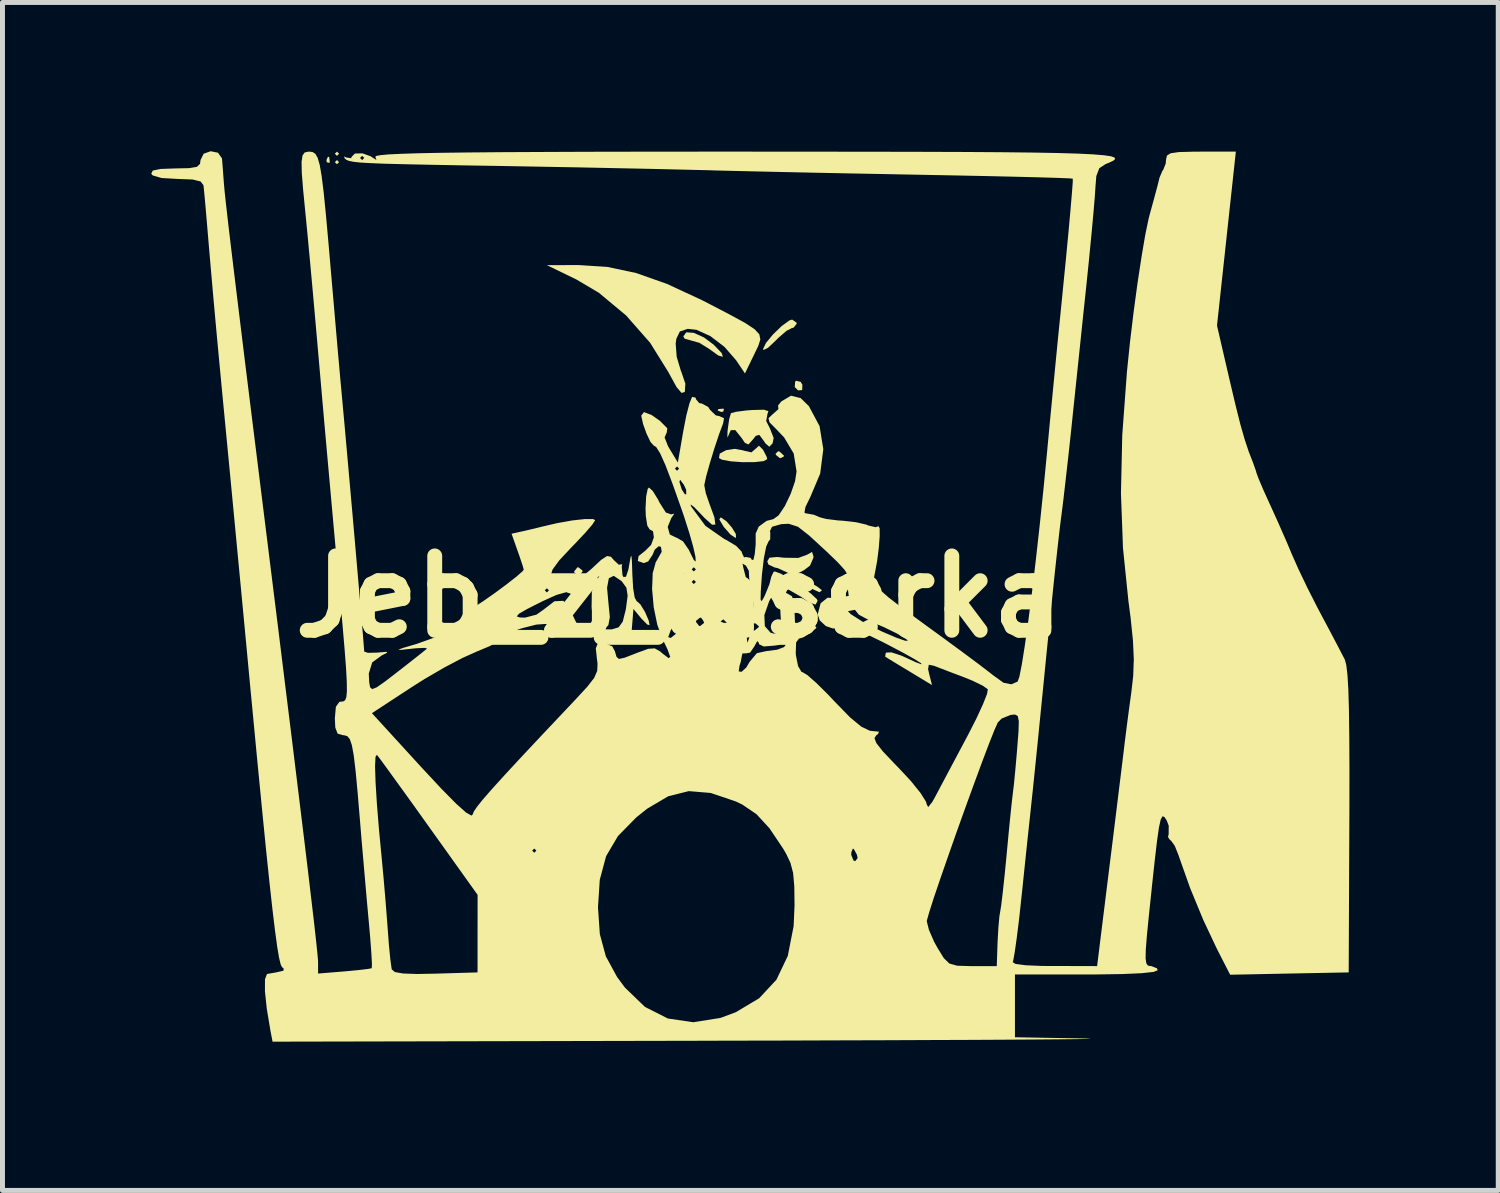
<source format=kicad_pcb>
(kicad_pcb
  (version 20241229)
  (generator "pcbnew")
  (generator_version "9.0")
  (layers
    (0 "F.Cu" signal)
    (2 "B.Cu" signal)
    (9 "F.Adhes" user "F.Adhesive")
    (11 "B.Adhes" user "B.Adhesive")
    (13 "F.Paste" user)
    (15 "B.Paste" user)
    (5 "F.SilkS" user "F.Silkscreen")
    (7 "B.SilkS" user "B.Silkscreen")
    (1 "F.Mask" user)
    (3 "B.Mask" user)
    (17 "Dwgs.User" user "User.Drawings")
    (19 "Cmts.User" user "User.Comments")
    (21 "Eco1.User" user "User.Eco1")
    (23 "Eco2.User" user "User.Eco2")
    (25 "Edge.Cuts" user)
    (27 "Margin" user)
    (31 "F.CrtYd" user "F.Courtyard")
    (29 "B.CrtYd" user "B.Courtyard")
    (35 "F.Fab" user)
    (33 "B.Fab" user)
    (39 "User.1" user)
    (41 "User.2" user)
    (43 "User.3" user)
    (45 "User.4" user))
  (footprint "Jeb_z_laserka"
    (layer "F.Cu")
    (at 10.646 8.983)
    (property "Reference" "Jeb_z_laserka" (at 0 0 0) (layer "F.SilkS") (effects (font (size 1.5 1.5) (thickness 0.3))))
    (attr board_only exclude_from_pos_files exclude_from_bom)
    (fp_poly (pts (xy -6.858 -8.932) (xy -6.9 -8.89) (xy -6.943 -8.932) (xy -6.9 -8.975)) (stroke (width 0) (type solid)) (fill yes) (layer "F.SilkS"))
    (fp_poly (pts (xy -6.858 -8.763) (xy -6.9 -8.721) (xy -6.943 -8.763) (xy -6.9 -8.805)) (stroke (width 0) (type solid)) (fill yes) (layer "F.SilkS"))
    (fp_poly (pts (xy -7.056 -8.862) (xy -7.045 -8.761) (xy -7.056 -8.749) (xy -7.106 -8.761) (xy -7.112 -8.805) (xy -7.081 -8.875)) (stroke (width 0) (type solid)) (fill yes) (layer "F.SilkS"))
    (fp_poly (pts (xy 0.903 -3.782) (xy 0.891 -3.731) (xy 0.847 -3.725) (xy 0.777 -3.756) (xy 0.79 -3.782) (xy 0.891 -3.792)) (stroke (width 0) (type solid)) (fill yes) (layer "F.SilkS"))
    (fp_poly (pts (xy 2.451 -4.332) (xy 2.486 -4.275) (xy 2.482 -4.166) (xy 2.399 -4.16) (xy 2.332 -4.227) (xy 2.34 -4.336) (xy 2.36 -4.354)) (stroke (width 0) (type solid)) (fill yes) (layer "F.SilkS"))
    (fp_poly (pts (xy -1.95 -0.528) (xy -1.947 -0.508) (xy -2.012 -0.426) (xy -2.032 -0.423) (xy -2.114 -0.488) (xy -2.117 -0.508) (xy -2.052 -0.59) (xy -2.032 -0.593)) (stroke (width 0) (type solid)) (fill yes) (layer "F.SilkS"))
    (fp_poly (pts (xy 2.032 -2.921) (xy 2.113 -2.845) (xy 2.117 -2.831) (xy 2.051 -2.795) (xy 2.032 -2.794) (xy 1.951 -2.859) (xy 1.947 -2.884) (xy 1.999 -2.934)) (stroke (width 0) (type solid)) (fill yes) (layer "F.SilkS"))
    (fp_poly (pts (xy 0.848 -1.594) (xy 0.956 -1.519) (xy 1.066 -1.392) (xy 1.143 -1.265) (xy 1.148 -1.192) (xy 1.132 -1.188) (xy 1.036 -1.252) (xy 0.904 -1.403) (xy 0.898 -1.411) (xy 0.811 -1.557) (xy 0.837 -1.597)) (stroke (width 0) (type solid)) (fill yes) (layer "F.SilkS"))
    (fp_poly (pts (xy 0.297 -5.32) (xy 0.501 -5.228) (xy 0.697 -5.082) (xy 0.858 -4.913) (xy 0.883 -4.836) (xy 0.788 -4.865) (xy 0.604 -4.998) (xy 0.409 -5.119) (xy 0.245 -5.165) (xy 0.112 -5.202) (xy 0.085 -5.249) (xy 0.145 -5.331)) (stroke (width 0) (type solid)) (fill yes) (layer "F.SilkS"))
    (fp_poly (pts (xy 2.367 -5.527) (xy 2.371 -5.503) (xy 2.305 -5.422) (xy 2.278 -5.419) (xy 2.166 -5.361) (xy 2 -5.218) (xy 1.939 -5.156) (xy 1.792 -5.018) (xy 1.704 -4.975) (xy 1.693 -4.993) (xy 1.752 -5.117) (xy 1.895 -5.29) (xy 2.069 -5.458) (xy 2.223 -5.57) (xy 2.279 -5.588)) (stroke (width 0) (type solid)) (fill yes) (layer "F.SilkS"))
    (fp_poly (pts (xy 1.692 -2.963) (xy 1.765 -2.822) (xy 1.777 -2.773) (xy 1.703 -2.733) (xy 1.518 -2.713) (xy 1.279 -2.712) (xy 1.042 -2.729) (xy 0.864 -2.762) (xy 0.804 -2.795) (xy 0.82 -2.885) (xy 0.946 -2.953) (xy 1.122 -2.981) (xy 1.289 -2.951) (xy 1.302 -2.945) (xy 1.458 -2.91) (xy 1.535 -2.976) (xy 1.611 -3.044)) (stroke (width 0) (type solid)) (fill yes) (layer "F.SilkS"))
    (fp_poly (pts (xy 2.709 -0.813) (xy 2.709 -0.785) (xy 2.639 -0.625) (xy 2.519 -0.534) (xy 2.403 -0.473) (xy 2.406 -0.421) (xy 2.543 -0.339) (xy 2.604 -0.307) (xy 2.784 -0.204) (xy 2.876 -0.133) (xy 2.879 -0.125) (xy 2.829 -0.089) (xy 2.673 -0.161) (xy 2.413 -0.339) (xy 2.185 -0.485) (xy 1.99 -0.575) (xy 1.926 -0.589) (xy 1.801 -0.648) (xy 1.778 -0.712) (xy 1.822 -0.786) (xy 1.978 -0.8) (xy 2.116 -0.785) (xy 2.404 -0.781) (xy 2.582 -0.846) (xy 2.681 -0.902)) (stroke (width 0) (type solid)) (fill yes) (layer "F.SilkS"))
    (fp_poly (pts (xy 1.801 -3.742) (xy 1.783 -3.689) (xy 1.756 -3.542) (xy 1.827 -3.403) (xy 1.907 -3.201) (xy 1.886 -3.093) (xy 1.819 -3.023) (xy 1.741 -3.091) (xy 1.707 -3.143) (xy 1.617 -3.263) (xy 1.546 -3.243) (xy 1.486 -3.167) (xy 1.398 -3.069) (xy 1.326 -3.103) (xy 1.26 -3.201) (xy 1.132 -3.36) (xy 1.041 -3.357) (xy 0.99 -3.239) (xy 0.973 -3.21) (xy 0.976 -3.325) (xy 0.981 -3.376) (xy 1.01 -3.58) (xy 1.044 -3.696) (xy 1.047 -3.7) (xy 1.147 -3.728) (xy 1.356 -3.755) (xy 1.476 -3.764) (xy 1.711 -3.77)) (stroke (width 0) (type solid)) (fill yes) (layer "F.SilkS"))
    (fp_poly (pts (xy -1.447 -6.65) (xy -0.868 -6.527) (xy -0.247 -6.308) (xy 0.453 -5.984) (xy 0.593 -5.912) (xy 1.027 -5.686) (xy 1.331 -5.52) (xy 1.521 -5.395) (xy 1.618 -5.29) (xy 1.638 -5.186) (xy 1.599 -5.062) (xy 1.52 -4.898) (xy 1.514 -4.885) (xy 1.328 -4.502) (xy 1.149 -4.768) (xy 0.914 -5.038) (xy 0.631 -5.254) (xy 0.35 -5.382) (xy 0.172 -5.401) (xy 0.015 -5.348) (xy -0.055 -5.204) (xy -0.069 -5.104) (xy -0.049 -4.838) (xy 0.034 -4.559) (xy 0.044 -4.537) (xy 0.126 -4.295) (xy 0.115 -4.13) (xy 0.113 -4.127) (xy 0.049 -4.109) (xy -0.051 -4.226) (xy -0.196 -4.49) (xy -0.212 -4.521) (xy -0.584 -5.119) (xy -1.067 -5.669) (xy -1.618 -6.128) (xy -2.065 -6.393) (xy -2.667 -6.686) (xy -2.02 -6.687)) (stroke (width 0) (type solid)) (fill yes) (layer "F.SilkS"))
    (fp_poly (pts (xy -9.3 -8.953) (xy -9.219 -8.839) (xy -9.218 -8.827) (xy -9.204 -8.647) (xy -9.185 -8.394) (xy -9.181 -8.34) (xy -9.166 -8.173) (xy -9.136 -7.896) (xy -9.091 -7.501) (xy -9.029 -6.982) (xy -8.95 -6.329) (xy -8.853 -5.537) (xy -8.738 -4.599) (xy -8.602 -3.505) (xy -8.466 -2.413) (xy -8.268 -0.823) (xy -8.09 0.605) (xy -7.933 1.877) (xy -7.794 2.999) (xy -7.674 3.979) (xy -7.571 4.82) (xy -7.485 5.531) (xy -7.416 6.116) (xy -7.361 6.583) (xy -7.322 6.936) (xy -7.296 7.183) (xy -7.283 7.329) (xy -7.281 7.368) (xy -7.281 7.601) (xy -6.752 7.558) (xy -6.473 7.532) (xy -6.272 7.508) (xy -6.198 7.493) (xy -6.195 7.405) (xy -6.207 7.184) (xy -6.231 6.865) (xy -6.259 6.551) (xy -6.302 6.078) (xy -6.351 5.515) (xy -6.401 4.94) (xy -6.435 4.53) (xy -6.484 3.946) (xy -6.525 3.51) (xy -6.536 3.42) (xy -6.132 3.42) (xy -6.122 3.742) (xy -6.095 4.177) (xy -6.052 4.707) (xy -6.008 5.165) (xy -5.964 5.632) (xy -5.92 6.144) (xy -5.884 6.606) (xy -5.878 6.689) (xy -5.852 7.031) (xy -5.824 7.314) (xy -5.8 7.491) (xy -5.794 7.518) (xy -5.732 7.571) (xy -5.569 7.6) (xy -5.282 7.61) (xy -4.912 7.603) (xy -4.065 7.578) (xy -4.065 6.796) (xy -4.064 6.265) (xy -1.636 6.265) (xy -1.599 6.806) (xy -1.478 7.253) (xy -1.252 7.669) (xy -1.093 7.884) (xy -0.689 8.274) (xy -0.226 8.508) (xy 0.285 8.583) (xy 0.834 8.496) (xy 1.143 8.381) (xy 1.615 8.099) (xy 1.963 7.725) (xy 2.192 7.245) (xy 2.309 6.648) (xy 2.314 6.547) (xy 4.995 6.547) (xy 5.037 6.717) (xy 5.142 6.958) (xy 5.211 7.083) (xy 5.338 7.29) (xy 5.451 7.399) (xy 5.607 7.443) (xy 5.864 7.451) (xy 5.916 7.451) (xy 6.406 7.451) (xy 6.423 6.964) (xy 6.439 6.674) (xy 6.46 6.443) (xy 6.476 6.35) (xy 6.497 6.219) (xy 6.528 5.958) (xy 6.566 5.605) (xy 6.605 5.207) (xy 6.644 4.79) (xy 6.681 4.417) (xy 6.711 4.131) (xy 6.729 3.979) (xy 6.751 3.797) (xy 6.78 3.502) (xy 6.811 3.15) (xy 6.818 3.062) (xy 6.845 2.718) (xy 6.851 2.511) (xy 6.83 2.408) (xy 6.775 2.377) (xy 6.686 2.385) (xy 6.504 2.459) (xy 6.426 2.54) (xy 6.359 2.691) (xy 6.25 2.966) (xy 6.109 3.338) (xy 5.946 3.78) (xy 5.77 4.264) (xy 5.591 4.763) (xy 5.42 5.25) (xy 5.265 5.696) (xy 5.136 6.076) (xy 5.045 6.361) (xy 4.999 6.524) (xy 4.995 6.547) (xy 2.314 6.547) (xy 2.328 6.223) (xy 2.323 5.84) (xy 2.299 5.573) (xy 2.246 5.37) (xy 2.169 5.207) (xy 3.471 5.207) (xy 3.516 5.32) (xy 3.553 5.334) (xy 3.6 5.272) (xy 3.587 5.207) (xy 3.527 5.096) (xy 3.505 5.08) (xy 3.475 5.149) (xy 3.471 5.207) (xy 2.169 5.207) (xy 2.154 5.177) (xy 2.097 5.08) (xy 1.822 4.671) (xy 1.56 4.387) (xy 1.273 4.192) (xy 1.143 4.13) (xy 0.637 3.959) (xy 0.195 3.922) (xy -0.22 4.026) (xy -0.645 4.277) (xy -0.867 4.455) (xy -1.233 4.828) (xy -1.472 5.233) (xy -1.6 5.709) (xy -1.636 6.265) (xy -4.064 6.265) (xy -4.064 6.014) (xy -4.701 5.122) (xy -2.963 5.122) (xy -2.921 5.165) (xy -2.879 5.122) (xy -2.921 5.08) (xy -2.963 5.122) (xy -4.701 5.122) (xy -5.048 4.637) (xy -5.351 4.212) (xy -5.624 3.834) (xy -5.848 3.524) (xy -6.009 3.303) (xy -6.09 3.196) (xy -6.095 3.19) (xy -6.123 3.23) (xy -6.132 3.42) (xy -6.536 3.42) (xy -6.562 3.2) (xy -6.6 2.994) (xy -6.642 2.873) (xy -6.692 2.813) (xy -6.756 2.795) (xy -6.781 2.794) (xy -6.887 2.763) (xy -6.934 2.64) (xy -6.943 2.455) (xy -6.922 2.22) (xy -6.852 2.123) (xy -6.816 2.117) (xy -6.77 2.112) (xy -6.735 2.088) (xy -6.711 2.026) (xy -6.7 1.91) (xy -6.702 1.722) (xy -6.717 1.446) (xy -6.746 1.065) (xy -6.789 0.562) (xy -6.846 -0.081) (xy -6.897 -0.639) (xy -6.965 -1.391) (xy -7.04 -2.223) (xy -7.117 -3.079) (xy -7.19 -3.902) (xy -7.254 -4.637) (xy -7.278 -4.911) (xy -7.333 -5.533) (xy -7.388 -6.154) (xy -7.441 -6.734) (xy -7.488 -7.236) (xy -7.525 -7.622) (xy -7.536 -7.729) (xy -7.583 -8.211) (xy -7.61 -8.55) (xy -7.614 -8.771) (xy -7.595 -8.898) (xy -7.551 -8.958) (xy -7.48 -8.974) (xy -7.46 -8.975) (xy -7.392 -8.967) (xy -7.336 -8.931) (xy -7.289 -8.849) (xy -7.247 -8.703) (xy -7.208 -8.473) (xy -7.167 -8.142) (xy -7.122 -7.691) (xy -7.069 -7.102) (xy -7.028 -6.626) (xy -6.977 -6.041) (xy -6.929 -5.484) (xy -6.886 -4.988) (xy -6.85 -4.584) (xy -6.825 -4.304) (xy -6.818 -4.233) (xy -6.784 -3.861) (xy -6.741 -3.393) (xy -6.693 -2.853) (xy -6.641 -2.267) (xy -6.587 -1.66) (xy -6.534 -1.056) (xy -6.484 -0.48) (xy -6.439 0.043) (xy -6.401 0.488) (xy -6.372 0.831) (xy -6.355 1.047) (xy -6.351 1.107) (xy -6.277 1.133) (xy -6.097 1.129) (xy -6.075 1.127) (xy -5.903 1.113) (xy -5.886 1.131) (xy -5.992 1.182) (xy -6.189 1.326) (xy -6.259 1.552) (xy -6.25 1.725) (xy -6.232 1.827) (xy -6.191 1.865) (xy -6.099 1.829) (xy -5.927 1.709) (xy -5.673 1.513) (xy -5.414 1.311) (xy -5.21 1.15) (xy -5.095 1.057) (xy -5.083 1.046) (xy -5.134 1.033) (xy -5.306 1.041) (xy -5.422 1.053) (xy -5.61 1.074) (xy -5.663 1.07) (xy -5.571 1.035) (xy -5.326 0.963) (xy -5.287 0.951) (xy -4.923 0.821) (xy -4.862 0.79) (xy -3.866 0.79) (xy -3.855 0.841) (xy -3.81 0.847) (xy -3.74 0.816) (xy -3.754 0.79) (xy -3.854 0.78) (xy -3.866 0.79) (xy -4.862 0.79) (xy -4.617 0.664) (xy -4.404 0.502) (xy -4.343 0.398) (xy -3.275 0.398) (xy -3.21 0.42) (xy -3.108 0.423) (xy -2.877 0.363) (xy -2.734 0.262) (xy -2.515 0.093) (xy -2.335 0.084) (xy -2.204 0.232) (xy -2.173 0.317) (xy -2.074 0.524) (xy -1.928 0.592) (xy -1.913 0.593) (xy -1.805 0.574) (xy -1.759 0.49) (xy -1.759 0.296) (xy -1.765 0.207) (xy -1.76 -0.103) (xy -1.675 -0.319) (xy -1.641 -0.365) (xy -1.607 -0.418) (xy -1.681 -0.365) (xy -1.805 -0.255) (xy -2.027 -0.076) (xy -2.157 -0.036) (xy -2.185 -0.058) (xy -2.276 -0.09) (xy -2.472 -0.035) (xy -2.741 0.086) (xy -3.055 0.244) (xy -3.228 0.343) (xy -3.275 0.398) (xy -4.343 0.398) (xy -4.318 0.355) (xy -4.318 0.348) (xy -4.254 0.258) (xy -4.227 0.254) (xy -4.131 0.208) (xy -3.947 0.089) (xy -3.716 -0.073) (xy -3.643 -0.127) (xy -2.709 -0.127) (xy -2.667 -0.085) (xy -2.625 -0.127) (xy -2.667 -0.169) (xy -2.709 -0.127) (xy -3.643 -0.127) (xy -3.48 -0.248) (xy -3.279 -0.405) (xy -3.154 -0.515) (xy -3.133 -0.545) (xy -3.158 -0.633) (xy -3.222 -0.825) (xy -3.256 -0.92) (xy -3.379 -1.269) (xy -3.15 -1.32) (xy -2.924 -1.372) (xy -2.78 -1.408) (xy -2.463 -1.482) (xy -2.155 -1.537) (xy -1.897 -1.565) (xy -1.731 -1.564) (xy -1.693 -1.542) (xy -1.749 -1.455) (xy -1.897 -1.283) (xy -2.108 -1.059) (xy -2.167 -0.999) (xy -2.417 -0.732) (xy -2.554 -0.544) (xy -2.595 -0.407) (xy -2.586 -0.352) (xy -2.476 -0.219) (xy -2.285 -0.216) (xy -2.034 -0.339) (xy -1.769 -0.558) (xy -1.572 -0.742) (xy -1.454 -0.819) (xy -1.377 -0.806) (xy -1.315 -0.736) (xy -1.215 -0.643) (xy -1.165 -0.652) (xy -1.148 -0.652) (xy -1.157 -0.606) (xy -1.142 -0.434) (xy -1.122 -0.395) (xy -1.071 -0.402) (xy -1.022 -0.55) (xy -1.007 -0.635) (xy -0.979 -0.797) (xy -0.962 -0.824) (xy -0.951 -0.704) (xy -0.943 -0.445) (xy -0.927 -0.17) (xy -0.895 0.021) (xy -0.86 0.085) (xy -0.783 0.153) (xy -0.688 0.308) (xy -0.614 0.48) (xy -0.595 0.575) (xy -0.643 0.562) (xy -0.754 0.448) (xy -0.76 0.442) (xy -0.921 0.248) (xy -0.947 0.569) (xy -0.974 0.889) (xy -1.397 0.861) (xy -1.686 0.82) (xy -1.931 0.751) (xy -2.006 0.714) (xy -2.146 0.66) (xy -1.483 0.66) (xy -1.355 0.66) (xy -1.219 0.618) (xy -1.137 0.504) (xy -1.078 0.271) (xy -1.072 0.241) (xy -1.038 -0.019) (xy -1.063 -0.181) (xy -1.156 -0.309) (xy -1.161 -0.314) (xy -1.318 -0.42) (xy -1.417 -0.372) (xy -1.453 -0.179) (xy -1.426 0.121) (xy -1.397 0.413) (xy -1.427 0.575) (xy -1.463 0.614) (xy -1.483 0.66) (xy -2.146 0.66) (xy -2.196 0.641) (xy -2.325 0.645) (xy -2.498 0.64) (xy -2.576 0.598) (xy -2.692 0.55) (xy -2.881 0.564) (xy -3.169 0.637) (xy -3.414 0.721) (xy -3.569 0.798) (xy -3.601 0.843) (xy -3.651 0.905) (xy -3.824 1) (xy -4.071 1.103) (xy -4.362 1.233) (xy -4.735 1.429) (xy -5.135 1.662) (xy -5.39 1.823) (xy -6.195 2.35) (xy -5.193 3.446) (xy -4.795 3.873) (xy -4.498 4.174) (xy -4.298 4.353) (xy -4.189 4.415) (xy -4.165 4.396) (xy -4.141 4.335) (xy -4.077 4.24) (xy -3.964 4.098) (xy -3.79 3.898) (xy -3.545 3.627) (xy -3.218 3.273) (xy -2.798 2.825) (xy -2.275 2.271) (xy -2.089 2.074) (xy -1.852 1.817) (xy -1.713 1.639) (xy -1.656 1.507) (xy 1.202 1.507) (xy 1.26 1.516) (xy 1.354 1.43) (xy 1.424 1.312) (xy 1.568 1.14) (xy 1.755 1.099) (xy 1.978 1.07) (xy 2.117 1.017) (xy 2.149 0.972) (xy 2.024 0.973) (xy 1.926 0.987) (xy 1.706 1.005) (xy 1.613 0.96) (xy 1.603 0.921) (xy 1.575 0.898) (xy 1.519 1) (xy 1.432 1.129) (xy 1.355 1.143) (xy 1.277 1.146) (xy 1.27 1.173) (xy 1.242 1.32) (xy 1.219 1.39) (xy 1.202 1.507) (xy -1.656 1.507) (xy -1.651 1.498) (xy -1.645 1.353) (xy -1.658 1.249) (xy -1.68 1.041) (xy -1.644 0.951) (xy -1.529 0.931) (xy -1.524 0.931) (xy -1.349 1.001) (xy -1.295 1.101) (xy -1.263 1.213) (xy -1.214 1.256) (xy -1.103 1.233) (xy -0.884 1.148) (xy -0.845 1.133) (xy -0.624 1.052) (xy -0.491 1.043) (xy -0.381 1.106) (xy -0.336 1.146) (xy -0.212 1.24) (xy -0.179 1.215) (xy -0.235 1.06) (xy -0.332 0.859) (xy -0.348 0.818) (xy -0.22 0.818) (xy -0.167 0.832) (xy -0.036 0.726) (xy 0.075 0.58) (xy 0.042 0.512) (xy 0.003 0.508) (xy 0.339 0.508) (xy 0.403 0.59) (xy 0.423 0.593) (xy 0.506 0.528) (xy 0.507 0.52) (xy 0.828 0.52) (xy 0.86 0.646) (xy 0.983 0.735) (xy 1.131 0.781) (xy 1.185 0.754) (xy 1.227 0.676) (xy 1.308 0.704) (xy 1.363 0.811) (xy 1.364 0.825) (xy 1.376 0.93) (xy 1.401 0.87) (xy 1.413 0.825) (xy 1.483 0.7) (xy 1.53 0.677) (xy 1.607 0.613) (xy 1.609 0.598) (xy 1.542 0.54) (xy 1.393 0.535) (xy 1.238 0.576) (xy 1.168 0.631) (xy 1.079 0.647) (xy 0.991 0.559) (xy 0.894 0.458) (xy 0.837 0.498) (xy 0.828 0.52) (xy 0.507 0.52) (xy 0.508 0.508) (xy 0.444 0.426) (xy 0.423 0.423) (xy 0.341 0.488) (xy 0.339 0.508) (xy 0.003 0.508) (xy -0.097 0.574) (xy -0.169 0.677) (xy -0.22 0.818) (xy -0.348 0.818) (xy -0.44 0.566) (xy -0.513 0.21) (xy -0.516 0.169) (xy 1.439 0.169) (xy 1.47 0.239) (xy 1.496 0.226) (xy 1.506 0.125) (xy 1.496 0.113) (xy 1.445 0.125) (xy 1.439 0.169) (xy -0.516 0.169) (xy -0.526 0.056) (xy 1.643 0.056) (xy 1.662 0.093) (xy 1.707 0.022) (xy 1.737 -0.042) (xy 1.821 -0.25) (xy 1.859 -0.4) (xy 1.859 -0.402) (xy 1.906 -0.501) (xy 1.931 -0.508) (xy 2.053 -0.463) (xy 2.248 -0.351) (xy 2.467 -0.206) (xy 2.66 -0.06) (xy 2.778 0.051) (xy 2.794 0.083) (xy 2.752 0.161) (xy 2.618 0.115) (xy 2.455 -0.000001) (xy 2.204 -0.144) (xy 2.006 -0.131) (xy 1.844 0.042) (xy 1.817 0.09) (xy 1.719 0.371) (xy 1.729 0.595) (xy 1.843 0.726) (xy 1.905 0.744) (xy 2.003 0.742) (xy 2.049 0.672) (xy 2.054 0.495) (xy 2.044 0.334) (xy 2.034 0.08) (xy 2.055 -0.044) (xy 2.12 -0.076) (xy 2.171 -0.07) (xy 2.278 -0.007) (xy 2.323 0.155) (xy 2.328 0.302) (xy 2.337 0.518) (xy 2.386 0.609) (xy 2.512 0.62) (xy 2.582 0.612) (xy 2.751 0.599) (xy 2.77 0.629) (xy 2.672 0.715) (xy 2.511 0.817) (xy 2.416 0.847) (xy 2.36 0.923) (xy 2.352 1.132) (xy 2.356 1.185) (xy 2.399 1.4) (xy 2.467 1.516) (xy 2.49 1.524) (xy 2.588 1.583) (xy 2.768 1.741) (xy 2.999 1.97) (xy 3.137 2.116) (xy 3.444 2.431) (xy 3.674 2.622) (xy 3.845 2.704) (xy 3.895 2.71) (xy 4.03 2.723) (xy 4.013 2.77) (xy 3.979 2.793) (xy 3.94 2.852) (xy 3.977 2.952) (xy 4.106 3.117) (xy 4.342 3.366) (xy 4.424 3.45) (xy 4.673 3.717) (xy 4.867 3.957) (xy 4.979 4.135) (xy 4.995 4.192) (xy 5.024 4.244) (xy 5.108 4.137) (xy 5.173 4.02) (xy 5.286 3.806) (xy 5.454 3.49) (xy 5.652 3.117) (xy 5.813 2.815) (xy 5.991 2.467) (xy 6.128 2.171) (xy 6.211 1.96) (xy 6.226 1.868) (xy 6.125 1.796) (xy 5.917 1.695) (xy 5.735 1.621) (xy 5.459 1.517) (xy 5.23 1.429) (xy 5.139 1.394) (xy 5.036 1.373) (xy 5.021 1.459) (xy 5.043 1.558) (xy 5.1 1.783) (xy 4.645 1.508) (xy 4.403 1.362) (xy 4.225 1.253) (xy 4.156 1.21) (xy 4.166 1.141) (xy 4.178 1.128) (xy 4.283 1.124) (xy 4.474 1.186) (xy 4.534 1.212) (xy 4.781 1.326) (xy 4.892 1.366) (xy 4.879 1.342) (xy 4.753 1.263) (xy 4.529 1.137) (xy 4.216 0.972) (xy 4.116 0.92) (xy 3.706 0.721) (xy 3.427 0.606) (xy 3.266 0.573) (xy 3.216 0.595) (xy 3.107 0.644) (xy 2.959 0.593) (xy 2.835 0.477) (xy 2.795 0.357) (xy 2.854 0.134) (xy 2.994 0.021) (xy 3.164 0.03) (xy 3.314 0.173) (xy 3.338 0.222) (xy 3.462 0.353) (xy 3.721 0.518) (xy 4.088 0.702) (xy 4.1 0.707) (xy 4.375 0.825) (xy 4.554 0.888) (xy 4.615 0.891) (xy 4.587 0.862) (xy 4.393 0.743) (xy 4.118 0.609) (xy 3.964 0.546) (xy 3.624 0.363) (xy 3.503 0.212) (xy 3.556 0.212) (xy 3.598 0.254) (xy 3.641 0.212) (xy 3.598 0.169) (xy 3.556 0.212) (xy 3.503 0.212) (xy 3.44 0.132) (xy 3.402 -0.162) (xy 3.415 -0.25) (xy 3.426 -0.344) (xy 3.406 -0.433) (xy 3.337 -0.541) (xy 3.201 -0.691) (xy 2.978 -0.906) (xy 2.649 -1.209) (xy 2.617 -1.238) (xy 2.398 -1.409) (xy 2.21 -1.47) (xy 2.059 -1.462) (xy 1.873 -1.409) (xy 1.831 -1.319) (xy 1.839 -1.295) (xy 1.837 -1.155) (xy 1.803 -1.113) (xy 1.756 -1.008) (xy 1.71 -0.779) (xy 1.674 -0.474) (xy 1.669 -0.423) (xy 1.647 -0.109) (xy 1.643 0.056) (xy -0.526 0.056) (xy -0.545 -0.154) (xy -0.539 -0.296) (xy 0.254 -0.296) (xy 0.296 -0.254) (xy 0.339 -0.296) (xy 0.296 -0.339) (xy 0.254 -0.296) (xy -0.539 -0.296) (xy -0.533 -0.466) (xy -0.000001 -0.466) (xy 0.042 -0.423) (xy 0.085 -0.466) (xy 0.042 -0.508) (xy -0.000001 -0.466) (xy -0.533 -0.466) (xy -0.533 -0.474) (xy -0.511 -0.55) (xy 0.254 -0.55) (xy 0.296 -0.508) (xy 0.339 -0.55) (xy 0.296 -0.593) (xy 0.254 -0.55) (xy -0.511 -0.55) (xy -0.479 -0.667) (xy 1.279 -0.667) (xy 1.297 -0.574) (xy 1.3 -0.565) (xy 1.354 -0.355) (xy 1.366 -0.268) (xy 1.386 -0.229) (xy 1.416 -0.327) (xy 1.406 -0.521) (xy 1.349 -0.624) (xy 1.279 -0.667) (xy -0.479 -0.667) (xy -0.472 -0.694) (xy -0.458 -0.716) (xy -0.351 -0.905) (xy -0.366 -1.005) (xy -0.413 -1.016) (xy -0.493 -0.946) (xy -0.533 -0.847) (xy -0.625 -0.709) (xy -0.712 -0.677) (xy -0.832 -0.719) (xy -0.818 -0.817) (xy -0.677 -0.931) (xy -0.564 -1.045) (xy -0.509 -1.196) (xy -0.526 -1.319) (xy -0.593 -1.355) (xy -0.641 -1.431) (xy -0.672 -1.626) (xy -0.677 -1.778) (xy -0.665 -2.02) (xy -0.633 -2.173) (xy -0.608 -2.201) (xy -0.532 -2.132) (xy -0.426 -1.961) (xy -0.396 -1.9) (xy -0.268 -1.697) (xy -0.157 -1.658) (xy -0.147 -1.663) (xy -0.097 -1.673) (xy -0.158 -1.584) (xy -0.23 -1.406) (xy -0.187 -1.253) (xy -0.046 -1.185) (xy -0.041 -1.185) (xy 0.079 -1.115) (xy 0.198 -0.941) (xy 0.212 -0.91) (xy 0.297 -0.738) (xy 0.335 -0.708) (xy 0.33 -0.801) (xy 0.286 -1) (xy 0.206 -1.283) (xy 0.094 -1.634) (xy 0.052 -1.755) (xy -0.132 -2.275) (xy -0.147 -2.314) (xy 0.006 -2.314) (xy 0.053 -2.162) (xy 0.116 -2.065) (xy 0.145 -2.064) (xy 0.141 -2.159) (xy 0.095 -2.258) (xy 0.02 -2.358) (xy 0.006 -2.314) (xy -0.147 -2.314) (xy -0.249 -2.582) (xy -0.085 -2.582) (xy -0.042 -2.54) (xy -0.000001 -2.582) (xy -0.042 -2.625) (xy -0.085 -2.582) (xy -0.249 -2.582) (xy -0.274 -2.648) (xy -0.382 -2.89) (xy -0.463 -3.018) (xy -0.513 -3.048) (xy -0.576 -3.118) (xy -0.656 -3.285) (xy -0.727 -3.482) (xy -0.762 -3.641) (xy -0.762 -3.653) (xy -0.709 -3.722) (xy -0.554 -3.663) (xy -0.385 -3.544) (xy -0.238 -3.395) (xy -0.25 -3.305) (xy -0.253 -3.303) (xy -0.293 -3.21) (xy -0.222 -3.031) (xy -0.188 -2.974) (xy -0.025 -2.705) (xy 0.085 -3.345) (xy 0.146 -3.656) (xy 0.208 -3.896) (xy 0.259 -4.022) (xy 0.266 -4.029) (xy 0.335 -4.012) (xy 0.339 -3.984) (xy 0.406 -3.903) (xy 0.457 -3.895) (xy 0.587 -3.826) (xy 0.623 -3.768) (xy 0.74 -3.656) (xy 0.811 -3.641) (xy 0.906 -3.598) (xy 0.887 -3.493) (xy 0.805 -3.273) (xy 0.71 -2.987) (xy 0.619 -2.688) (xy 0.546 -2.428) (xy 0.51 -2.262) (xy 0.508 -2.242) (xy 0.539 -2.084) (xy 0.606 -1.889) (xy 0.712 -1.599) (xy 0.731 -1.453) (xy 0.664 -1.451) (xy 0.509 -1.591) (xy 0.453 -1.651) (xy 0.305 -1.805) (xy 0.231 -1.86) (xy 0.241 -1.82) (xy 0.53 -1.429) (xy 0.912 -1.162) (xy 0.952 -1.143) (xy 1.151 -1.024) (xy 1.262 -0.906) (xy 1.27 -0.874) (xy 1.31 -0.792) (xy 1.347 -0.8) (xy 1.442 -0.782) (xy 1.468 -0.741) (xy 1.499 -0.743) (xy 1.526 -0.863) (xy 1.544 -1.054) (xy 1.544 -1.265) (xy 1.543 -1.27) (xy 1.606 -1.412) (xy 1.764 -1.528) (xy 1.902 -1.564) (xy 2.007 -1.64) (xy 2.132 -1.826) (xy 2.25 -2.073) (xy 2.338 -2.327) (xy 2.369 -2.524) (xy 2.311 -2.887) (xy 2.118 -3.211) (xy 1.961 -3.376) (xy 1.823 -3.516) (xy 1.803 -3.599) (xy 1.889 -3.681) (xy 1.905 -3.694) (xy 2.003 -3.782) (xy 2 -3.81) (xy 1.997 -3.858) (xy 2.062 -3.937) (xy 2.257 -4.053) (xy 2.452 -4.004) (xy 2.618 -3.841) (xy 2.833 -3.438) (xy 2.908 -2.973) (xy 2.845 -2.481) (xy 2.642 -2) (xy 2.64 -1.997) (xy 2.548 -1.809) (xy 2.528 -1.696) (xy 2.543 -1.683) (xy 2.721 -1.651) (xy 2.836 -1.601) (xy 2.967 -1.567) (xy 3.197 -1.538) (xy 3.301 -1.531) (xy 3.566 -1.501) (xy 3.774 -1.453) (xy 3.819 -1.434) (xy 3.965 -1.4) (xy 4.02 -1.421) (xy 4.044 -1.381) (xy 4.045 -1.22) (xy 4.027 -0.982) (xy 3.993 -0.715) (xy 3.946 -0.462) (xy 3.937 -0.423) (xy 3.929 -0.336) (xy 3.961 -0.246) (xy 4.052 -0.136) (xy 4.221 0.013) (xy 4.486 0.218) (xy 4.866 0.497) (xy 4.997 0.593) (xy 5.393 0.881) (xy 5.756 1.148) (xy 6.058 1.373) (xy 6.268 1.534) (xy 6.335 1.587) (xy 6.544 1.737) (xy 6.699 1.768) (xy 6.827 1.713) (xy 6.863 1.614) (xy 6.912 1.365) (xy 6.972 0.988) (xy 7.041 0.501) (xy 7.115 -0.075) (xy 7.192 -0.722) (xy 7.27 -1.419) (xy 7.346 -2.146) (xy 7.418 -2.885) (xy 7.445 -3.175) (xy 7.478 -3.528) (xy 7.525 -4.013) (xy 7.581 -4.592) (xy 7.643 -5.227) (xy 7.709 -5.882) (xy 7.746 -6.256) (xy 7.804 -6.84) (xy 7.854 -7.365) (xy 7.894 -7.809) (xy 7.923 -8.149) (xy 7.939 -8.364) (xy 7.939 -8.43) (xy 7.852 -8.437) (xy 7.615 -8.446) (xy 7.249 -8.457) (xy 6.772 -8.469) (xy 6.204 -8.482) (xy 5.565 -8.495) (xy 5.037 -8.505) (xy 4.265 -8.52) (xy 3.467 -8.535) (xy 2.679 -8.551) (xy 1.939 -8.567) (xy 1.283 -8.582) (xy 0.746 -8.595) (xy 0.593 -8.6) (xy 0.082 -8.612) (xy -0.557 -8.627) (xy -1.284 -8.642) (xy -2.057 -8.658) (xy -2.835 -8.672) (xy -3.556 -8.685) (xy -4.362 -8.698) (xy -5.015 -8.71) (xy -5.532 -8.721) (xy -5.929 -8.731) (xy -6.224 -8.743) (xy -6.433 -8.755) (xy -6.573 -8.771) (xy -6.66 -8.789) (xy -6.712 -8.811) (xy -6.743 -8.838) (xy -6.746 -8.841) (xy -6.756 -8.878) (xy -6.71 -8.856) (xy -6.617 -8.843) (xy -6.614 -8.848) (xy -6.435 -8.848) (xy -6.392 -8.805) (xy -6.35 -8.848) (xy -6.392 -8.89) (xy -6.435 -8.848) (xy -6.614 -8.848) (xy -6.604 -8.871) (xy -6.538 -8.937) (xy -6.386 -8.94) (xy -6.22 -8.881) (xy -6.186 -8.857) (xy -6.103 -8.806) (xy -6.127 -8.869) (xy -6.108 -8.888) (xy -6.021 -8.904) (xy -5.858 -8.919) (xy -5.609 -8.931) (xy -5.266 -8.942) (xy -4.821 -8.951) (xy -4.264 -8.958) (xy -3.586 -8.964) (xy -2.78 -8.968) (xy -1.836 -8.972) (xy -0.746 -8.974) (xy 0.5 -8.975) (xy 1.355 -8.975) (xy 2.688 -8.974) (xy 3.86 -8.973) (xy 4.882 -8.971) (xy 5.762 -8.968) (xy 6.509 -8.963) (xy 7.132 -8.956) (xy 7.64 -8.947) (xy 8.043 -8.935) (xy 8.349 -8.92) (xy 8.569 -8.902) (xy 8.71 -8.881) (xy 8.782 -8.855) (xy 8.794 -8.826) (xy 8.755 -8.792) (xy 8.674 -8.753) (xy 8.6 -8.723) (xy 8.474 -8.64) (xy 8.414 -8.482) (xy 8.398 -8.284) (xy 8.385 -8.084) (xy 8.357 -7.75) (xy 8.317 -7.315) (xy 8.268 -6.812) (xy 8.213 -6.275) (xy 8.212 -6.265) (xy 8.146 -5.643) (xy 8.076 -4.974) (xy 8.007 -4.315) (xy 7.945 -3.727) (xy 7.91 -3.387) (xy 7.856 -2.887) (xy 7.8 -2.391) (xy 7.749 -1.949) (xy 7.707 -1.614) (xy 7.7 -1.566) (xy 7.67 -1.317) (xy 7.626 -0.931) (xy 7.572 -0.437) (xy 7.513 0.134) (xy 7.45 0.749) (xy 7.402 1.228) (xy 7.339 1.864) (xy 7.277 2.483) (xy 7.22 3.054) (xy 7.17 3.544) (xy 7.131 3.921) (xy 7.111 4.106) (xy 7.075 4.447) (xy 7.026 4.902) (xy 6.972 5.416) (xy 6.918 5.935) (xy 6.907 6.037) (xy 6.859 6.483) (xy 6.811 6.871) (xy 6.769 7.167) (xy 6.738 7.341) (xy 6.728 7.371) (xy 6.784 7.407) (xy 6.988 7.434) (xy 7.319 7.448) (xy 8.43 7.451) (xy 8.669 5.524) (xy 8.743 4.931) (xy 8.814 4.355) (xy 8.878 3.833) (xy 8.932 3.398) (xy 8.97 3.084) (xy 8.979 3.006) (xy 9.028 2.616) (xy 9.081 2.213) (xy 9.118 1.947) (xy 9.158 1.6) (xy 9.17 1.262) (xy 9.153 0.885) (xy 9.105 0.42) (xy 9.061 0.085) (xy 8.952 -0.979) (xy 8.911 -2.081) (xy 8.937 -3.257) (xy 9.032 -4.539) (xy 9.092 -5.122) (xy 9.164 -5.723) (xy 9.243 -6.308) (xy 9.324 -6.842) (xy 9.4 -7.291) (xy 9.468 -7.619) (xy 9.49 -7.705) (xy 9.577 -8.021) (xy 9.646 -8.278) (xy 9.684 -8.43) (xy 9.686 -8.443) (xy 9.746 -8.586) (xy 9.762 -8.605) (xy 9.813 -8.732) (xy 9.821 -8.819) (xy 9.839 -8.896) (xy 9.913 -8.942) (xy 10.078 -8.966) (xy 10.365 -8.974) (xy 10.525 -8.975) (xy 11.228 -8.975) (xy 11.038 -7.221) (xy 10.848 -5.467) (xy 11.098 -4.387) (xy 11.221 -3.865) (xy 11.32 -3.471) (xy 11.407 -3.168) (xy 11.49 -2.919) (xy 11.572 -2.709) (xy 11.632 -2.54) (xy 11.645 -2.491) (xy 11.689 -2.373) (xy 11.784 -2.15) (xy 11.912 -1.868) (xy 11.918 -1.856) (xy 12.083 -1.491) (xy 12.253 -1.104) (xy 12.361 -0.847) (xy 12.491 -0.554) (xy 12.67 -0.18) (xy 12.868 0.21) (xy 12.936 0.339) (xy 13.116 0.677) (xy 13.276 0.981) (xy 13.392 1.204) (xy 13.426 1.27) (xy 13.455 1.377) (xy 13.479 1.575) (xy 13.497 1.876) (xy 13.509 2.293) (xy 13.516 2.839) (xy 13.519 3.527) (xy 13.518 4.369) (xy 13.517 4.53) (xy 13.504 7.578) (xy 12.308 7.601) (xy 11.113 7.625) (xy 10.847 7.105) (xy 10.572 6.522) (xy 10.307 5.88) (xy 10.092 5.274) (xy 10.077 5.228) (xy 9.997 5.027) (xy 9.919 4.917) (xy 9.902 4.911) (xy 9.86 4.849) (xy 9.873 4.789) (xy 9.874 4.619) (xy 9.834 4.514) (xy 9.787 4.443) (xy 9.748 4.43) (xy 9.713 4.494) (xy 9.678 4.651) (xy 9.639 4.922) (xy 9.592 5.324) (xy 9.532 5.876) (xy 9.532 5.884) (xy 9.474 6.433) (xy 9.434 6.836) (xy 9.412 7.115) (xy 9.408 7.294) (xy 9.422 7.394) (xy 9.453 7.439) (xy 9.501 7.45) (xy 9.525 7.451) (xy 9.638 7.496) (xy 9.652 7.535) (xy 9.569 7.568) (xy 9.33 7.594) (xy 8.946 7.611) (xy 8.429 7.619) (xy 6.773 7.62) (xy 6.773 8.253) (xy 6.773 8.886) (xy 8.191 8.911) (xy 8.301 8.915) (xy 8.251 8.919) (xy 8.048 8.923) (xy 7.703 8.927) (xy 7.224 8.931) (xy 6.619 8.935) (xy 5.898 8.939) (xy 5.069 8.942) (xy 4.142 8.946) (xy 3.125 8.949) (xy 2.026 8.953) (xy 0.856 8.955) (xy 0.705 8.956) (xy -8.199 8.975) (xy -8.244 8.742) (xy -8.316 8.308) (xy -8.353 7.958) (xy -8.352 7.717) (xy -8.313 7.612) (xy -8.305 7.609) (xy -8.14 7.58) (xy -8.128 7.578) (xy -7.988 7.546) (xy -7.98 7.545) (xy -7.975 7.499) (xy -8.009 7.471) (xy -8.036 7.416) (xy -8.068 7.282) (xy -8.106 7.057) (xy -8.15 6.733) (xy -8.202 6.3) (xy -8.263 5.748) (xy -8.334 5.068) (xy -8.415 4.251) (xy -8.509 3.286) (xy -8.616 2.164) (xy -8.645 1.863) (xy -8.722 1.044) (xy -8.797 0.252) (xy -8.873 -0.546) (xy -8.953 -1.384) (xy -9.04 -2.296) (xy -9.138 -3.316) (xy -9.226 -4.233) (xy -9.285 -4.856) (xy -9.345 -5.501) (xy -9.401 -6.122) (xy -9.449 -6.67) (xy -9.486 -7.098) (xy -9.487 -7.112) (xy -9.522 -7.527) (xy -9.553 -7.887) (xy -9.578 -8.155) (xy -9.592 -8.294) (xy -9.593 -8.297) (xy -9.65 -8.373) (xy -9.812 -8.413) (xy -10.11 -8.424) (xy -10.112 -8.424) (xy -10.439 -8.443) (xy -10.618 -8.496) (xy -10.646 -8.53) (xy -10.615 -8.593) (xy -10.456 -8.626) (xy -10.167 -8.636) (xy -9.881 -8.642) (xy -9.725 -8.668) (xy -9.662 -8.728) (xy -9.652 -8.805) (xy -9.589 -8.933) (xy -9.447 -8.983)) (stroke (width 0) (type solid)) (fill yes) (layer "F.SilkS")))
  (gr_rect
    (start -3 -3)
    (end 27.166 20.958)
    (stroke (width 0.1) (type default))
    (fill no)
    (layer "Edge.Cuts")))
</source>
